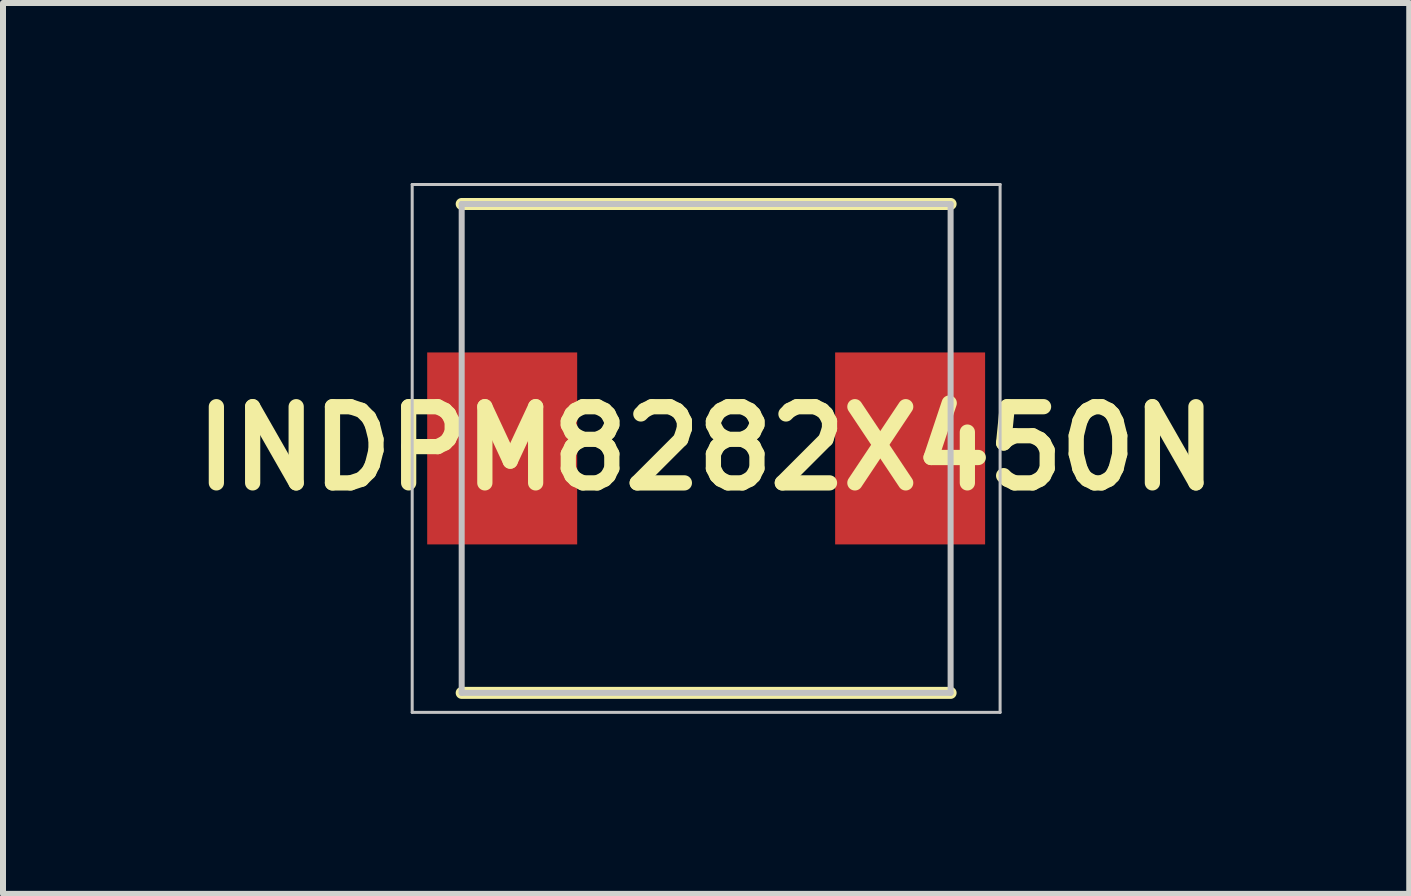
<source format=kicad_pcb>
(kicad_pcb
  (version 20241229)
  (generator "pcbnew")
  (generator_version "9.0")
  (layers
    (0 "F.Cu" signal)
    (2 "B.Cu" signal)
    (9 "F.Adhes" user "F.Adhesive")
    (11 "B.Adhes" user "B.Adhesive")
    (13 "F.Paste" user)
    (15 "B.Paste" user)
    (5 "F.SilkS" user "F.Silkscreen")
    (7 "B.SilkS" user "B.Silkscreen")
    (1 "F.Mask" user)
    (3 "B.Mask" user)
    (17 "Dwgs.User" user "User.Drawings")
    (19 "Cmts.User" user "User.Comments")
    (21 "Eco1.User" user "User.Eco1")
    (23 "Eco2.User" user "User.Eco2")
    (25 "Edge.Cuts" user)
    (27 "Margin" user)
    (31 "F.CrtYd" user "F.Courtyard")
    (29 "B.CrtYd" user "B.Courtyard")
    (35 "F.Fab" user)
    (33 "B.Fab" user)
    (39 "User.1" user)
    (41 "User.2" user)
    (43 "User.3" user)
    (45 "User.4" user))
  (footprint "INDPM8282X450N"
    (layer "F.Cu")
    (at 8.721 4.425)
    (property "Reference" "INDPM8282X450N" (at 0 0 0) (layer "F.SilkS") (effects (font (size 1.27 1.27) (thickness 0.254))))
    (attr smd)
    (fp_line (start -4.075 4.075) (end 4.075 4.075) (stroke (width 0.2) (type solid)) (layer "F.SilkS"))
    (fp_line (start 4.075 -4.075) (end -4.075 -4.075) (stroke (width 0.2) (type solid)) (layer "F.SilkS"))
    (fp_line (start -4.9 -4.4) (end 4.9 -4.4) (stroke (width 0.05) (type solid)) (layer "Dwgs.User"))
    (fp_line (start -4.9 4.4) (end -4.9 -4.4) (stroke (width 0.05) (type solid)) (layer "Dwgs.User"))
    (fp_line (start -4.075 -4.075) (end 4.075 -4.075) (stroke (width 0.1) (type solid)) (layer "Dwgs.User"))
    (fp_line (start -4.075 4.075) (end -4.075 -4.075) (stroke (width 0.1) (type solid)) (layer "Dwgs.User"))
    (fp_line (start 4.075 -4.075) (end 4.075 4.075) (stroke (width 0.1) (type solid)) (layer "Dwgs.User"))
    (fp_line (start 4.075 4.075) (end -4.075 4.075) (stroke (width 0.1) (type solid)) (layer "Dwgs.User"))
    (fp_line (start 4.9 -4.4) (end 4.9 4.4) (stroke (width 0.05) (type solid)) (layer "Dwgs.User"))
    (fp_line (start 4.9 4.4) (end -4.9 4.4) (stroke (width 0.05) (type solid)) (layer "Dwgs.User"))
    (pad "1" smd rect (at -3.4 0) (size 2.5 3.2) (layers "F.Cu" "F.Mask" "F.Paste"))
    (pad "2" smd rect (at 3.4 0) (size 2.5 3.2) (layers "F.Cu" "F.Mask" "F.Paste")))
  (gr_rect
    (start -3 -3)
    (end 20.441 11.85)
    (stroke (width 0.1) (type default))
    (fill no)
    (layer "Edge.Cuts")))
</source>
